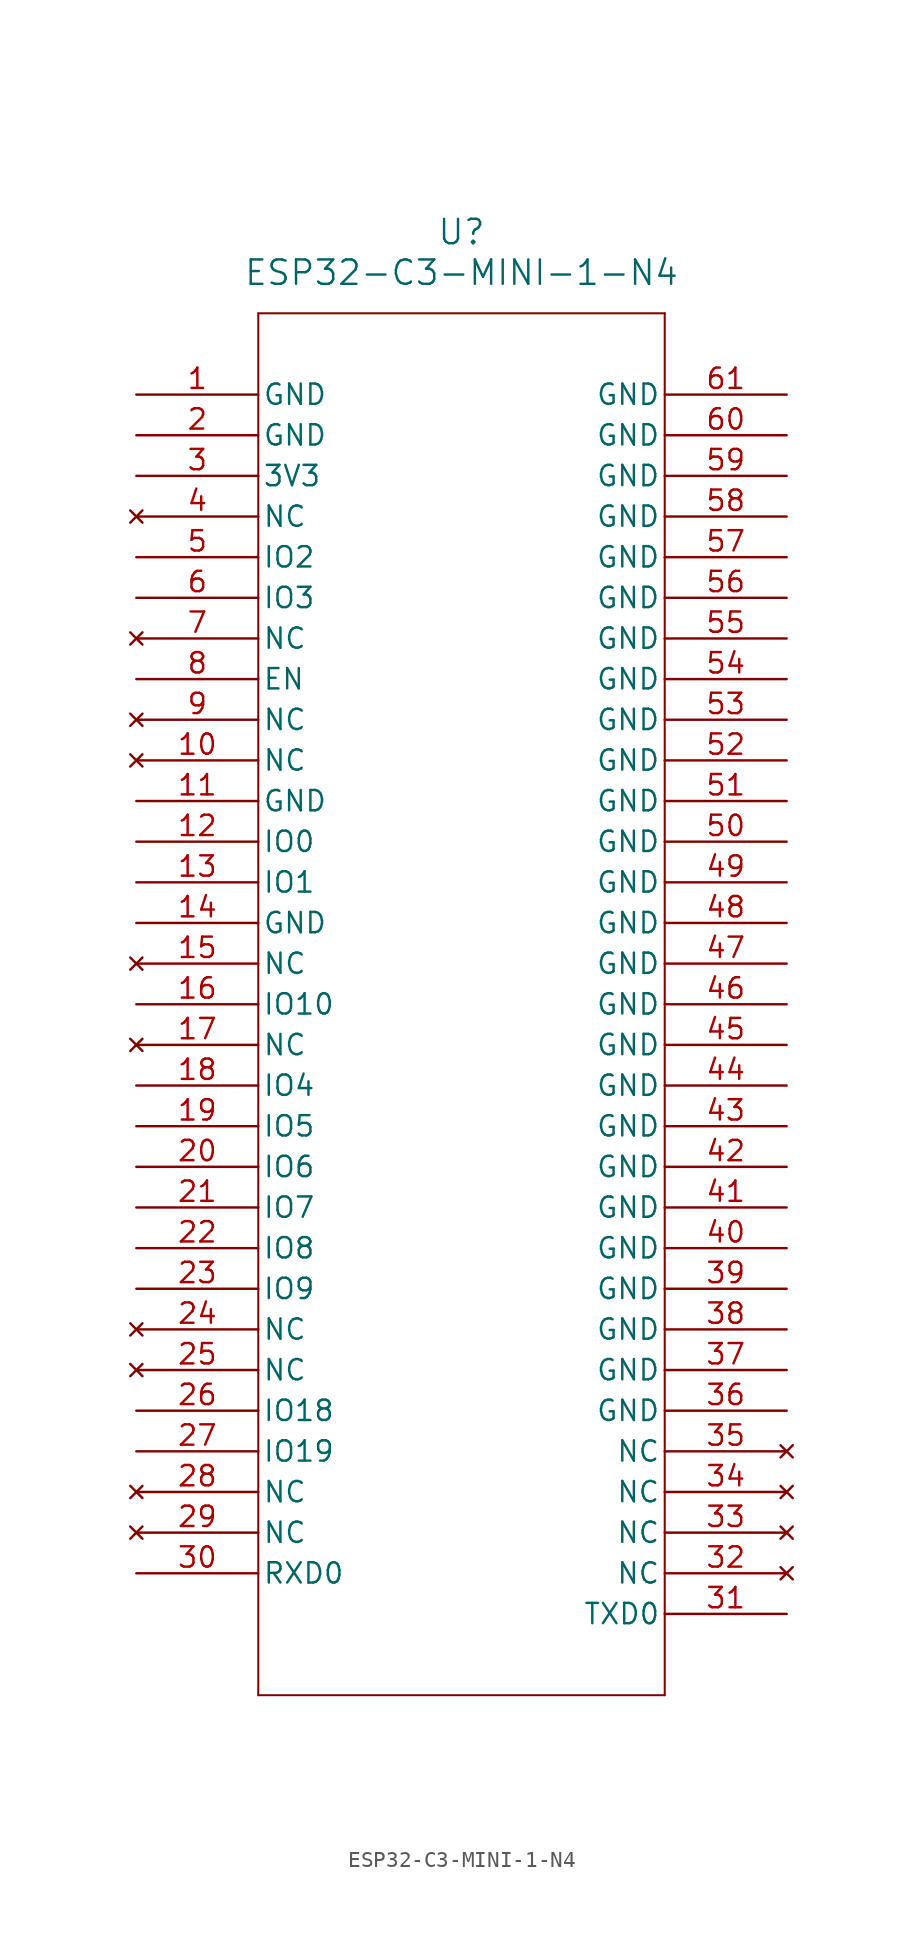
<source format=kicad_sym>
(kicad_symbol_lib
  (version 20211014)
  (generator kicad_symbol_editor)
  (symbol "ESP32-C3-MINI-1-N4"
    (pin_names
      (offset 0.254))
    (property "Reference" "U"
      (at 20.32 10.16 0)
      (effects (font (size 1.524 1.524))))
    (property "Value" "ESP32-C3-MINI-1-N4"
      (at 20.32 7.62 0)
      (effects (font (size 1.524 1.524))))
    (symbol "ESP32-C3-MINI-1-N4_0_1"
      (polyline (pts (xy 7.62 5.08) (xy 7.62 -81.28)) (stroke (width 0.127) (type default) (color 0 0 0 0)) (fill (type none)))
      (polyline (pts (xy 7.62 -81.28) (xy 33.02 -81.28)) (stroke (width 0.127) (type default) (color 0 0 0 0)) (fill (type none)))
      (polyline (pts (xy 33.02 -81.28) (xy 33.02 5.08)) (stroke (width 0.127) (type default) (color 0 0 0 0)) (fill (type none)))
      (polyline (pts (xy 33.02 5.08) (xy 7.62 5.08)) (stroke (width 0.127) (type default) (color 0 0 0 0)) (fill (type none)))
      (pin power_out line (at 0 0 0) (length 7.62) (name "GND" (effects (font (size 1.27 1.27)))) (number "1" (effects (font (size 1.27 1.27)))))
      (pin power_out line (at 0 -2.54 0) (length 7.62) (name "GND" (effects (font (size 1.27 1.27)))) (number "2" (effects (font (size 1.27 1.27)))))
      (pin power_in line (at 0 -5.08 0) (length 7.62) (name "3V3" (effects (font (size 1.27 1.27)))) (number "3" (effects (font (size 1.27 1.27)))))
      (pin no_connect line (at 0 -7.62 0) (length 7.62) (name "NC" (effects (font (size 1.27 1.27)))) (number "4" (effects (font (size 1.27 1.27)))))
      (pin bidirectional line (at 0 -10.16 0) (length 7.62) (name "IO2" (effects (font (size 1.27 1.27)))) (number "5" (effects (font (size 1.27 1.27)))))
      (pin bidirectional line (at 0 -12.7 0) (length 7.62) (name "IO3" (effects (font (size 1.27 1.27)))) (number "6" (effects (font (size 1.27 1.27)))))
      (pin no_connect line (at 0 -15.24 0) (length 7.62) (name "NC" (effects (font (size 1.27 1.27)))) (number "7" (effects (font (size 1.27 1.27)))))
      (pin input line (at 0 -17.78 0) (length 7.62) (name "EN" (effects (font (size 1.27 1.27)))) (number "8" (effects (font (size 1.27 1.27)))))
      (pin no_connect line (at 0 -20.32 0) (length 7.62) (name "NC" (effects (font (size 1.27 1.27)))) (number "9" (effects (font (size 1.27 1.27)))))
      (pin no_connect line (at 0 -22.86 0) (length 7.62) (name "NC" (effects (font (size 1.27 1.27)))) (number "10" (effects (font (size 1.27 1.27)))))
      (pin power_out line (at 0 -25.4 0) (length 7.62) (name "GND" (effects (font (size 1.27 1.27)))) (number "11" (effects (font (size 1.27 1.27)))))
      (pin bidirectional line (at 0 -27.94 0) (length 7.62) (name "IO0" (effects (font (size 1.27 1.27)))) (number "12" (effects (font (size 1.27 1.27)))))
      (pin bidirectional line (at 0 -30.48 0) (length 7.62) (name "IO1" (effects (font (size 1.27 1.27)))) (number "13" (effects (font (size 1.27 1.27)))))
      (pin power_out line (at 0 -33.02 0) (length 7.62) (name "GND" (effects (font (size 1.27 1.27)))) (number "14" (effects (font (size 1.27 1.27)))))
      (pin no_connect line (at 0 -35.56 0) (length 7.62) (name "NC" (effects (font (size 1.27 1.27)))) (number "15" (effects (font (size 1.27 1.27)))))
      (pin bidirectional line (at 0 -38.1 0) (length 7.62) (name "IO10" (effects (font (size 1.27 1.27)))) (number "16" (effects (font (size 1.27 1.27)))))
      (pin no_connect line (at 0 -40.64 0) (length 7.62) (name "NC" (effects (font (size 1.27 1.27)))) (number "17" (effects (font (size 1.27 1.27)))))
      (pin bidirectional line (at 0 -43.18 0) (length 7.62) (name "IO4" (effects (font (size 1.27 1.27)))) (number "18" (effects (font (size 1.27 1.27)))))
      (pin bidirectional line (at 0 -45.72 0) (length 7.62) (name "IO5" (effects (font (size 1.27 1.27)))) (number "19" (effects (font (size 1.27 1.27)))))
      (pin bidirectional line (at 0 -48.26 0) (length 7.62) (name "IO6" (effects (font (size 1.27 1.27)))) (number "20" (effects (font (size 1.27 1.27)))))
      (pin bidirectional line (at 0 -50.8 0) (length 7.62) (name "IO7" (effects (font (size 1.27 1.27)))) (number "21" (effects (font (size 1.27 1.27)))))
      (pin bidirectional line (at 0 -53.34 0) (length 7.62) (name "IO8" (effects (font (size 1.27 1.27)))) (number "22" (effects (font (size 1.27 1.27)))))
      (pin bidirectional line (at 0 -55.88 0) (length 7.62) (name "IO9" (effects (font (size 1.27 1.27)))) (number "23" (effects (font (size 1.27 1.27)))))
      (pin no_connect line (at 0 -58.42 0) (length 7.62) (name "NC" (effects (font (size 1.27 1.27)))) (number "24" (effects (font (size 1.27 1.27)))))
      (pin no_connect line (at 0 -60.96 0) (length 7.62) (name "NC" (effects (font (size 1.27 1.27)))) (number "25" (effects (font (size 1.27 1.27)))))
      (pin bidirectional line (at 0 -63.5 0) (length 7.62) (name "IO18" (effects (font (size 1.27 1.27)))) (number "26" (effects (font (size 1.27 1.27)))))
      (pin bidirectional line (at 0 -66.04 0) (length 7.62) (name "IO19" (effects (font (size 1.27 1.27)))) (number "27" (effects (font (size 1.27 1.27)))))
      (pin no_connect line (at 0 -68.58 0) (length 7.62) (name "NC" (effects (font (size 1.27 1.27)))) (number "28" (effects (font (size 1.27 1.27)))))
      (pin no_connect line (at 0 -71.12 0) (length 7.62) (name "NC" (effects (font (size 1.27 1.27)))) (number "29" (effects (font (size 1.27 1.27)))))
      (pin bidirectional line (at 0 -73.66 0) (length 7.62) (name "RXD0" (effects (font (size 1.27 1.27)))) (number "30" (effects (font (size 1.27 1.27)))))
      (pin bidirectional line (at 40.64 -76.2 180) (length 7.62) (name "TXD0" (effects (font (size 1.27 1.27)))) (number "31" (effects (font (size 1.27 1.27)))))
      (pin no_connect line (at 40.64 -73.66 180) (length 7.62) (name "NC" (effects (font (size 1.27 1.27)))) (number "32" (effects (font (size 1.27 1.27)))))
      (pin no_connect line (at 40.64 -71.12 180) (length 7.62) (name "NC" (effects (font (size 1.27 1.27)))) (number "33" (effects (font (size 1.27 1.27)))))
      (pin no_connect line (at 40.64 -68.58 180) (length 7.62) (name "NC" (effects (font (size 1.27 1.27)))) (number "34" (effects (font (size 1.27 1.27)))))
      (pin no_connect line (at 40.64 -66.04 180) (length 7.62) (name "NC" (effects (font (size 1.27 1.27)))) (number "35" (effects (font (size 1.27 1.27)))))
      (pin power_out line (at 40.64 -63.5 180) (length 7.62) (name "GND" (effects (font (size 1.27 1.27)))) (number "36" (effects (font (size 1.27 1.27)))))
      (pin power_out line (at 40.64 -60.96 180) (length 7.62) (name "GND" (effects (font (size 1.27 1.27)))) (number "37" (effects (font (size 1.27 1.27)))))
      (pin power_out line (at 40.64 -58.42 180) (length 7.62) (name "GND" (effects (font (size 1.27 1.27)))) (number "38" (effects (font (size 1.27 1.27)))))
      (pin power_out line (at 40.64 -55.88 180) (length 7.62) (name "GND" (effects (font (size 1.27 1.27)))) (number "39" (effects (font (size 1.27 1.27)))))
      (pin power_out line (at 40.64 -53.34 180) (length 7.62) (name "GND" (effects (font (size 1.27 1.27)))) (number "40" (effects (font (size 1.27 1.27)))))
      (pin power_out line (at 40.64 -50.8 180) (length 7.62) (name "GND" (effects (font (size 1.27 1.27)))) (number "41" (effects (font (size 1.27 1.27)))))
      (pin power_out line (at 40.64 -48.26 180) (length 7.62) (name "GND" (effects (font (size 1.27 1.27)))) (number "42" (effects (font (size 1.27 1.27)))))
      (pin power_out line (at 40.64 -45.72 180) (length 7.62) (name "GND" (effects (font (size 1.27 1.27)))) (number "43" (effects (font (size 1.27 1.27)))))
      (pin power_out line (at 40.64 -43.18 180) (length 7.62) (name "GND" (effects (font (size 1.27 1.27)))) (number "44" (effects (font (size 1.27 1.27)))))
      (pin power_out line (at 40.64 -40.64 180) (length 7.62) (name "GND" (effects (font (size 1.27 1.27)))) (number "45" (effects (font (size 1.27 1.27)))))
      (pin power_out line (at 40.64 -38.1 180) (length 7.62) (name "GND" (effects (font (size 1.27 1.27)))) (number "46" (effects (font (size 1.27 1.27)))))
      (pin power_out line (at 40.64 -35.56 180) (length 7.62) (name "GND" (effects (font (size 1.27 1.27)))) (number "47" (effects (font (size 1.27 1.27)))))
      (pin power_out line (at 40.64 -33.02 180) (length 7.62) (name "GND" (effects (font (size 1.27 1.27)))) (number "48" (effects (font (size 1.27 1.27)))))
      (pin power_out line (at 40.64 -30.48 180) (length 7.62) (name "GND" (effects (font (size 1.27 1.27)))) (number "49" (effects (font (size 1.27 1.27)))))
      (pin power_out line (at 40.64 -27.94 180) (length 7.62) (name "GND" (effects (font (size 1.27 1.27)))) (number "50" (effects (font (size 1.27 1.27)))))
      (pin power_out line (at 40.64 -25.4 180) (length 7.62) (name "GND" (effects (font (size 1.27 1.27)))) (number "51" (effects (font (size 1.27 1.27)))))
      (pin power_out line (at 40.64 -22.86 180) (length 7.62) (name "GND" (effects (font (size 1.27 1.27)))) (number "52" (effects (font (size 1.27 1.27)))))
      (pin power_out line (at 40.64 -20.32 180) (length 7.62) (name "GND" (effects (font (size 1.27 1.27)))) (number "53" (effects (font (size 1.27 1.27)))))
      (pin power_out line (at 40.64 -17.78 180) (length 7.62) (name "GND" (effects (font (size 1.27 1.27)))) (number "54" (effects (font (size 1.27 1.27)))))
      (pin power_out line (at 40.64 -15.24 180) (length 7.62) (name "GND" (effects (font (size 1.27 1.27)))) (number "55" (effects (font (size 1.27 1.27)))))
      (pin power_out line (at 40.64 -12.7 180) (length 7.62) (name "GND" (effects (font (size 1.27 1.27)))) (number "56" (effects (font (size 1.27 1.27)))))
      (pin power_out line (at 40.64 -10.16 180) (length 7.62) (name "GND" (effects (font (size 1.27 1.27)))) (number "57" (effects (font (size 1.27 1.27)))))
      (pin power_out line (at 40.64 -7.62 180) (length 7.62) (name "GND" (effects (font (size 1.27 1.27)))) (number "58" (effects (font (size 1.27 1.27)))))
      (pin power_out line (at 40.64 -5.08 180) (length 7.62) (name "GND" (effects (font (size 1.27 1.27)))) (number "59" (effects (font (size 1.27 1.27)))))
      (pin power_out line (at 40.64 -2.54 180) (length 7.62) (name "GND" (effects (font (size 1.27 1.27)))) (number "60" (effects (font (size 1.27 1.27)))))
      (pin power_out line (at 40.64 0 180) (length 7.62) (name "GND" (effects (font (size 1.27 1.27)))) (number "61" (effects (font (size 1.27 1.27))))))))
</source>
